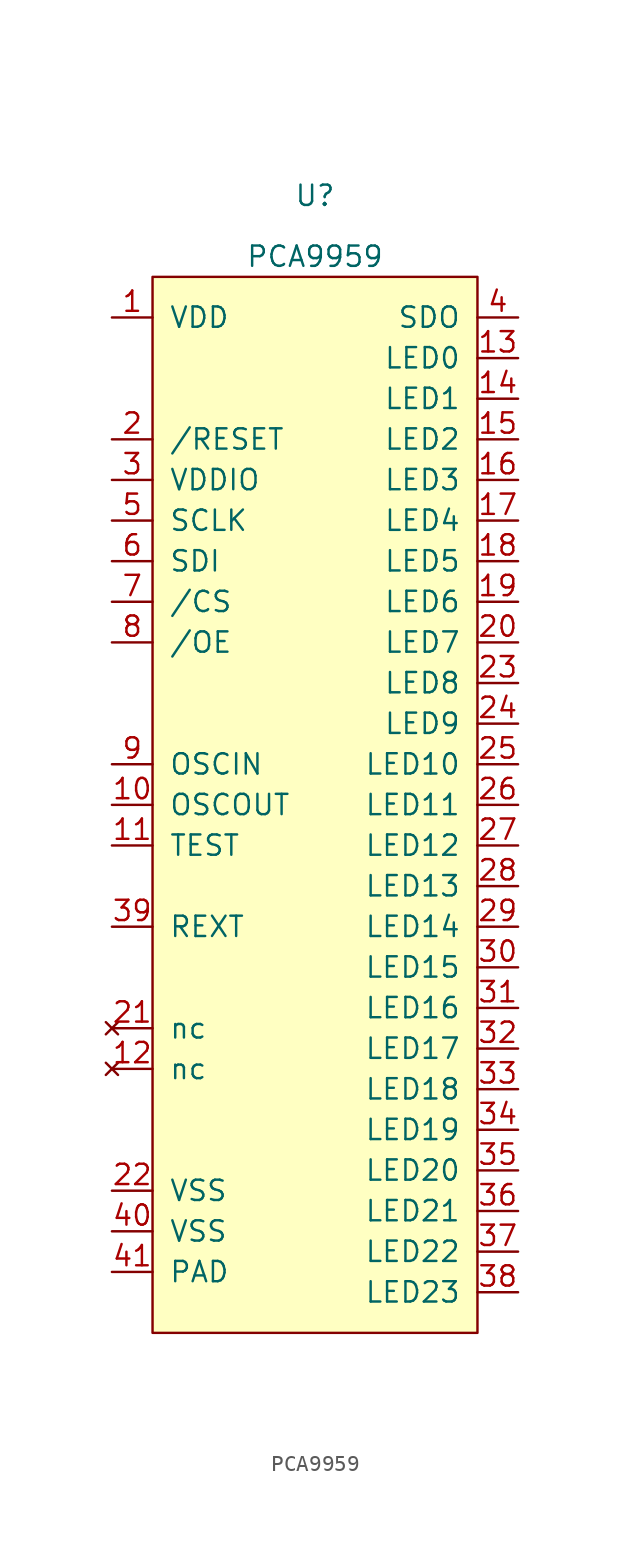
<source format=kicad_sym>
(kicad_symbol_lib
  (version 20211014)
  (generator kicad_symbol_editor)
  (symbol "PCA9959"
    (pin_names
      (offset 1.016))
    (property "Reference" "U"
      (at 0 40.64 0)
      (effects (font (size 1.27 1.27))))
    (property "Value" "PCA9959"
      (at 0 36.83 0)
      (effects (font (size 1.27 1.27))))
    (symbol "PCA9959_0_1"
      (rectangle (start -10.16 35.56) (end 10.16 -30.48) (stroke (width 0) (type default) (color 0 0 0 0)) (fill (type background))))
    (symbol "PCA9959_1_1"
      (pin input line (at -12.7 33.02 0) (length 2.54) (name "VDD" (effects (font (size 1.27 1.27)))) (number "1" (effects (font (size 1.27 1.27)))))
      (pin input line (at -12.7 2.54 0) (length 2.54) (name "OSCOUT" (effects (font (size 1.27 1.27)))) (number "10" (effects (font (size 1.27 1.27)))))
      (pin input line (at -12.7 0 0) (length 2.54) (name "TEST" (effects (font (size 1.27 1.27)))) (number "11" (effects (font (size 1.27 1.27)))))
      (pin no_connect line (at -12.7 -13.97 0) (length 2.54) (name "nc" (effects (font (size 1.27 1.27)))) (number "12" (effects (font (size 1.27 1.27)))))
      (pin output line (at 12.7 30.48 180) (length 2.54) (name "LED0" (effects (font (size 1.27 1.27)))) (number "13" (effects (font (size 1.27 1.27)))))
      (pin output line (at 12.7 27.94 180) (length 2.54) (name "LED1" (effects (font (size 1.27 1.27)))) (number "14" (effects (font (size 1.27 1.27)))))
      (pin output line (at 12.7 25.4 180) (length 2.54) (name "LED2" (effects (font (size 1.27 1.27)))) (number "15" (effects (font (size 1.27 1.27)))))
      (pin output line (at 12.7 22.86 180) (length 2.54) (name "LED3" (effects (font (size 1.27 1.27)))) (number "16" (effects (font (size 1.27 1.27)))))
      (pin output line (at 12.7 20.32 180) (length 2.54) (name "LED4" (effects (font (size 1.27 1.27)))) (number "17" (effects (font (size 1.27 1.27)))))
      (pin output line (at 12.7 17.78 180) (length 2.54) (name "LED5" (effects (font (size 1.27 1.27)))) (number "18" (effects (font (size 1.27 1.27)))))
      (pin output line (at 12.7 15.24 180) (length 2.54) (name "LED6" (effects (font (size 1.27 1.27)))) (number "19" (effects (font (size 1.27 1.27)))))
      (pin input line (at -12.7 25.4 0) (length 2.54) (name "/RESET" (effects (font (size 1.27 1.27)))) (number "2" (effects (font (size 1.27 1.27)))))
      (pin output line (at 12.7 12.7 180) (length 2.54) (name "LED7" (effects (font (size 1.27 1.27)))) (number "20" (effects (font (size 1.27 1.27)))))
      (pin no_connect line (at -12.7 -11.43 0) (length 2.54) (name "nc" (effects (font (size 1.27 1.27)))) (number "21" (effects (font (size 1.27 1.27)))))
      (pin input line (at -12.7 -21.59 0) (length 2.54) (name "VSS" (effects (font (size 1.27 1.27)))) (number "22" (effects (font (size 1.27 1.27)))))
      (pin output line (at 12.7 10.16 180) (length 2.54) (name "LED8" (effects (font (size 1.27 1.27)))) (number "23" (effects (font (size 1.27 1.27)))))
      (pin output line (at 12.7 7.62 180) (length 2.54) (name "LED9" (effects (font (size 1.27 1.27)))) (number "24" (effects (font (size 1.27 1.27)))))
      (pin output line (at 12.7 5.08 180) (length 2.54) (name "LED10" (effects (font (size 1.27 1.27)))) (number "25" (effects (font (size 1.27 1.27)))))
      (pin output line (at 12.7 2.54 180) (length 2.54) (name "LED11" (effects (font (size 1.27 1.27)))) (number "26" (effects (font (size 1.27 1.27)))))
      (pin output line (at 12.7 0 180) (length 2.54) (name "LED12" (effects (font (size 1.27 1.27)))) (number "27" (effects (font (size 1.27 1.27)))))
      (pin output line (at 12.7 -2.54 180) (length 2.54) (name "LED13" (effects (font (size 1.27 1.27)))) (number "28" (effects (font (size 1.27 1.27)))))
      (pin output line (at 12.7 -5.08 180) (length 2.54) (name "LED14" (effects (font (size 1.27 1.27)))) (number "29" (effects (font (size 1.27 1.27)))))
      (pin input line (at -12.7 22.86 0) (length 2.54) (name "VDDIO" (effects (font (size 1.27 1.27)))) (number "3" (effects (font (size 1.27 1.27)))))
      (pin output line (at 12.7 -7.62 180) (length 2.54) (name "LED15" (effects (font (size 1.27 1.27)))) (number "30" (effects (font (size 1.27 1.27)))))
      (pin output line (at 12.7 -10.16 180) (length 2.54) (name "LED16" (effects (font (size 1.27 1.27)))) (number "31" (effects (font (size 1.27 1.27)))))
      (pin output line (at 12.7 -12.7 180) (length 2.54) (name "LED17" (effects (font (size 1.27 1.27)))) (number "32" (effects (font (size 1.27 1.27)))))
      (pin output line (at 12.7 -15.24 180) (length 2.54) (name "LED18" (effects (font (size 1.27 1.27)))) (number "33" (effects (font (size 1.27 1.27)))))
      (pin output line (at 12.7 -17.78 180) (length 2.54) (name "LED19" (effects (font (size 1.27 1.27)))) (number "34" (effects (font (size 1.27 1.27)))))
      (pin output line (at 12.7 -20.32 180) (length 2.54) (name "LED20" (effects (font (size 1.27 1.27)))) (number "35" (effects (font (size 1.27 1.27)))))
      (pin output line (at 12.7 -22.86 180) (length 2.54) (name "LED21" (effects (font (size 1.27 1.27)))) (number "36" (effects (font (size 1.27 1.27)))))
      (pin output line (at 12.7 -25.4 180) (length 2.54) (name "LED22" (effects (font (size 1.27 1.27)))) (number "37" (effects (font (size 1.27 1.27)))))
      (pin output line (at 12.7 -27.94 180) (length 2.54) (name "LED23" (effects (font (size 1.27 1.27)))) (number "38" (effects (font (size 1.27 1.27)))))
      (pin input line (at -12.7 -5.08 0) (length 2.54) (name "REXT" (effects (font (size 1.27 1.27)))) (number "39" (effects (font (size 1.27 1.27)))))
      (pin input line (at 12.7 33.02 180) (length 2.54) (name "SDO" (effects (font (size 1.27 1.27)))) (number "4" (effects (font (size 1.27 1.27)))))
      (pin input line (at -12.7 -24.13 0) (length 2.54) (name "VSS" (effects (font (size 1.27 1.27)))) (number "40" (effects (font (size 1.27 1.27)))))
      (pin input line (at -12.7 -26.67 0) (length 2.54) (name "PAD" (effects (font (size 1.27 1.27)))) (number "41" (effects (font (size 1.27 1.27)))))
      (pin input line (at -12.7 20.32 0) (length 2.54) (name "SCLK" (effects (font (size 1.27 1.27)))) (number "5" (effects (font (size 1.27 1.27)))))
      (pin input line (at -12.7 17.78 0) (length 2.54) (name "SDI" (effects (font (size 1.27 1.27)))) (number "6" (effects (font (size 1.27 1.27)))))
      (pin input line (at -12.7 15.24 0) (length 2.54) (name "/CS" (effects (font (size 1.27 1.27)))) (number "7" (effects (font (size 1.27 1.27)))))
      (pin input line (at -12.7 12.7 0) (length 2.54) (name "/OE" (effects (font (size 1.27 1.27)))) (number "8" (effects (font (size 1.27 1.27)))))
      (pin input line (at -12.7 5.08 0) (length 2.54) (name "OSCIN" (effects (font (size 1.27 1.27)))) (number "9" (effects (font (size 1.27 1.27))))))))
</source>
